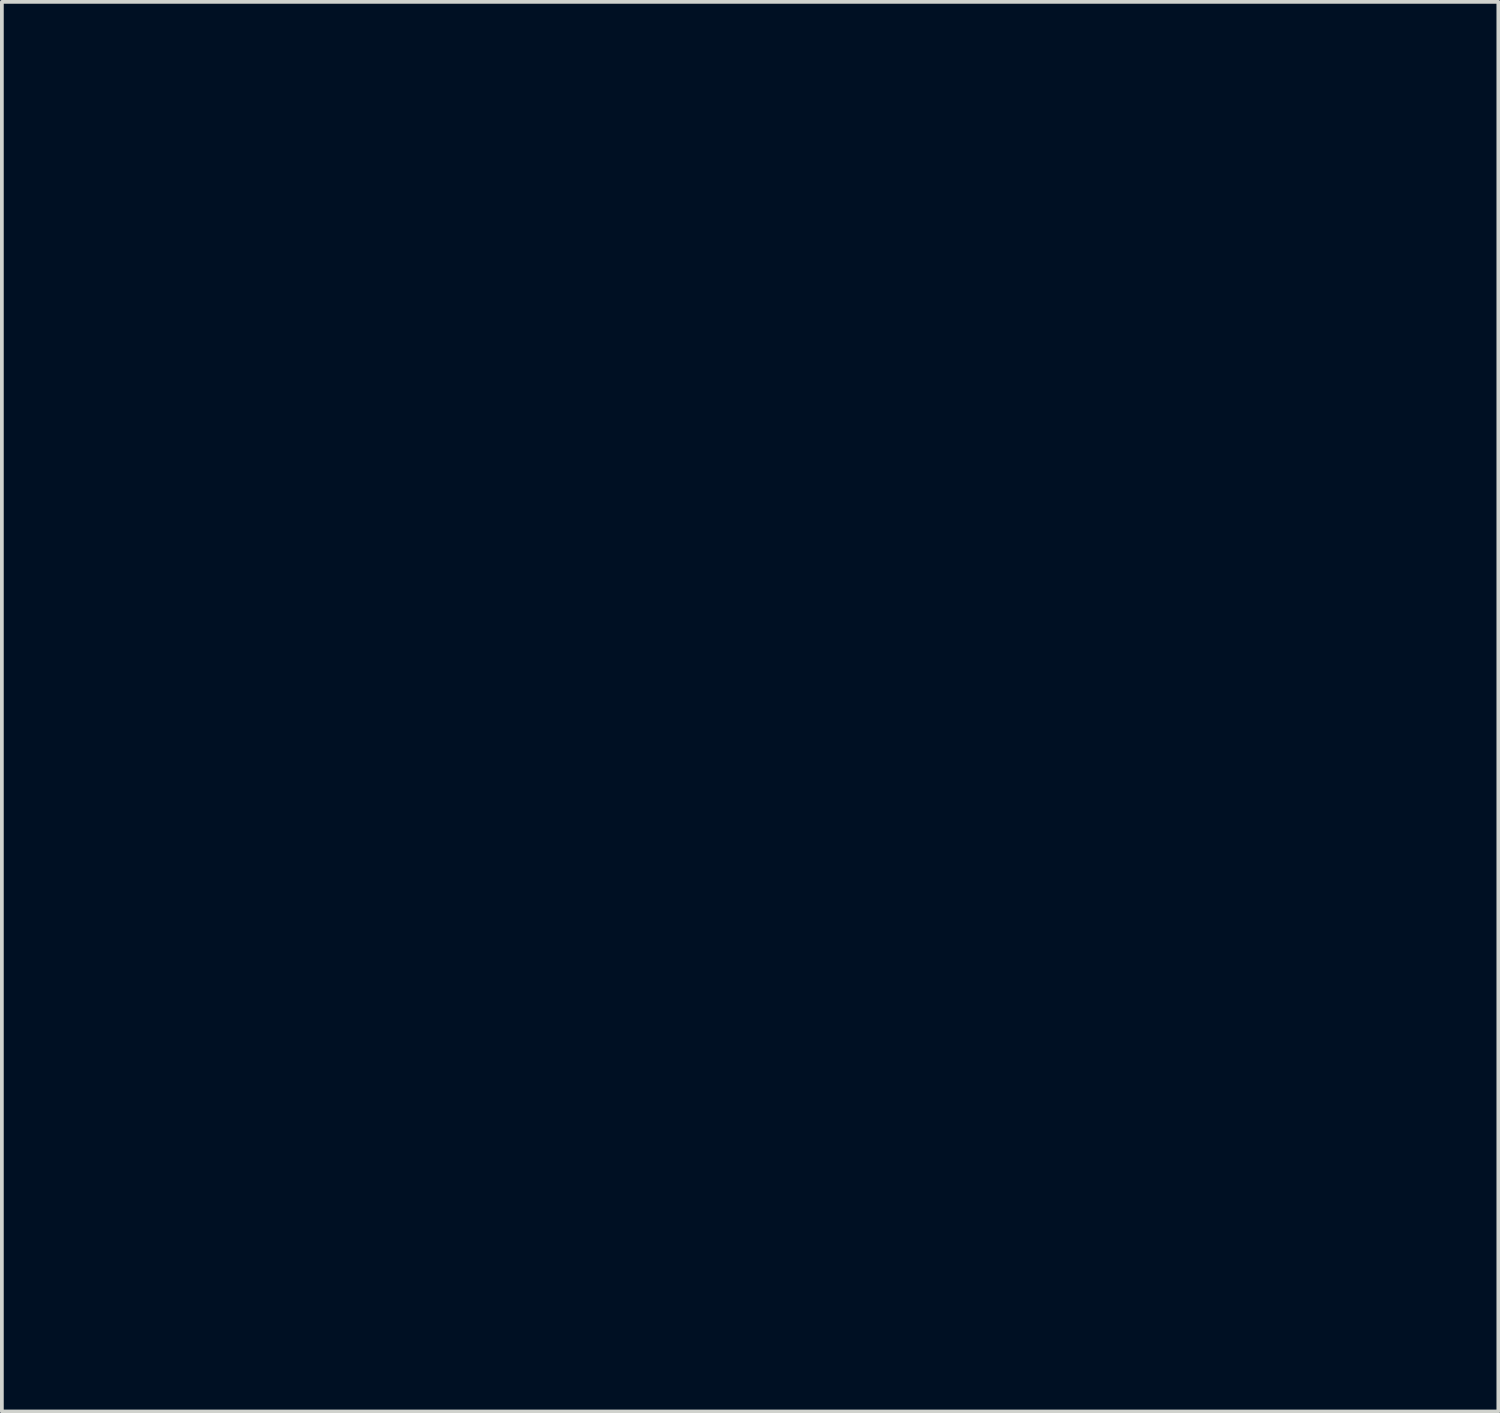
<source format=kicad_pcb>
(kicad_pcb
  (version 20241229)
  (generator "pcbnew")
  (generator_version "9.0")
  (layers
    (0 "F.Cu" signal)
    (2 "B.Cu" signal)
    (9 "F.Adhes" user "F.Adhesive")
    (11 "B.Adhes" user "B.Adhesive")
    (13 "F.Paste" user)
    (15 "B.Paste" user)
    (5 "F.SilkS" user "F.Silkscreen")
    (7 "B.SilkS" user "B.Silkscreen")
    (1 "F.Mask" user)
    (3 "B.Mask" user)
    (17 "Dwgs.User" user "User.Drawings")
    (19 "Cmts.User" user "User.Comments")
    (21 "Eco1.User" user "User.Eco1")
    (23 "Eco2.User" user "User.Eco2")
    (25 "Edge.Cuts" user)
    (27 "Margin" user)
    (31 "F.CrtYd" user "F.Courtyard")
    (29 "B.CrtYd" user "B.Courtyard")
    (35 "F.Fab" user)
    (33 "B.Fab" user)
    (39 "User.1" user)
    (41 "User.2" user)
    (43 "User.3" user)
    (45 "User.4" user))
  (footprint "Gauge_mask"
    (layer "F.Cu")
    (at 16.574 16.169)
    (property "Reference" "Gauge_mask" (at 0 0 0) (layer "F.Mask") (effects (font (size 1.27 1.27) (thickness 0.15))))
    (attr through_hole)
    (fp_line (start -16.524 0.965) (end -16.518 0.258) (stroke (width 0.1) (type solid)) (layer "F.Mask"))
    (fp_line (start -16.518 0.258) (end -16.482 -0.451) (stroke (width 0.1) (type solid)) (layer "F.Mask"))
    (fp_line (start -16.5 1.668) (end -16.524 0.965) (stroke (width 0.1) (type solid)) (layer "F.Mask"))
    (fp_line (start -16.482 -0.451) (end -16.416 -1.162) (stroke (width 0.1) (type solid)) (layer "F.Mask"))
    (fp_line (start -16.446 2.367) (end -16.5 1.668) (stroke (width 0.1) (type solid)) (layer "F.Mask"))
    (fp_line (start -16.416 -1.162) (end -16.318 -1.873) (stroke (width 0.1) (type solid)) (layer "F.Mask"))
    (fp_line (start -16.364 3.061) (end -16.446 2.367) (stroke (width 0.1) (type solid)) (layer "F.Mask"))
    (fp_line (start -16.318 -1.873) (end -16.19 -2.585) (stroke (width 0.1) (type solid)) (layer "F.Mask"))
    (fp_line (start -16.253 3.75) (end -16.364 3.061) (stroke (width 0.1) (type solid)) (layer "F.Mask"))
    (fp_line (start -16.25 3.75) (end -16.2 3.9) (stroke (width 0.15) (type solid)) (layer "F.Mask"))
    (fp_line (start -16.25 3.9) (end -11.05 3.4) (stroke (width 0.15) (type solid)) (layer "F.Mask"))
    (fp_line (start -16.19 -2.585) (end -16.029 -3.295) (stroke (width 0.1) (type solid)) (layer "F.Mask"))
    (fp_line (start -16.029 -3.295) (end -15.839 -3.999) (stroke (width 0.1) (type solid)) (layer "F.Mask"))
    (fp_line (start -15.839 -3.999) (end -15.619 -4.688) (stroke (width 0.1) (type solid)) (layer "F.Mask"))
    (fp_line (start -15.75 5.8) (end -15.95 5.2) (stroke (width 0.15) (type solid)) (layer "F.Mask"))
    (fp_line (start -15.619 -4.688) (end -15.372 -5.363) (stroke (width 0.1) (type solid)) (layer "F.Mask"))
    (fp_line (start -15.529 6.428) (end -15.751 5.771) (stroke (width 0.1) (type solid)) (layer "F.Mask"))
    (fp_line (start -15.372 -5.363) (end -15.098 -6.023) (stroke (width 0.1) (type solid)) (layer "F.Mask"))
    (fp_line (start -15.281 7.074) (end -15.529 6.428) (stroke (width 0.1) (type solid)) (layer "F.Mask"))
    (fp_line (start -15.098 -6.023) (end -14.798 -6.667) (stroke (width 0.1) (type solid)) (layer "F.Mask"))
    (fp_line (start -15.006 7.71) (end -15.281 7.074) (stroke (width 0.1) (type solid)) (layer "F.Mask"))
    (fp_line (start -14.798 -6.667) (end -14.472 -7.295) (stroke (width 0.1) (type solid)) (layer "F.Mask"))
    (fp_line (start -14.705 8.334) (end -15.006 7.71) (stroke (width 0.1) (type solid)) (layer "F.Mask"))
    (fp_line (start -14.472 -7.295) (end -14.121 -7.907) (stroke (width 0.1) (type solid)) (layer "F.Mask"))
    (fp_line (start -14.378 8.946) (end -14.705 8.334) (stroke (width 0.1) (type solid)) (layer "F.Mask"))
    (fp_line (start -14.121 -7.907) (end -13.747 -8.501) (stroke (width 0.1) (type solid)) (layer "F.Mask"))
    (fp_line (start -14.027 9.544) (end -14.378 8.946) (stroke (width 0.1) (type solid)) (layer "F.Mask"))
    (fp_line (start -13.747 -8.501) (end -13.348 -9.077) (stroke (width 0.1) (type solid)) (layer "F.Mask"))
    (fp_line (start -13.65 10.128) (end -14.027 9.544) (stroke (width 0.1) (type solid)) (layer "F.Mask"))
    (fp_line (start -13.348 -9.077) (end -12.928 -9.635) (stroke (width 0.1) (type solid)) (layer "F.Mask"))
    (fp_line (start -13.249 10.697) (end -13.65 10.128) (stroke (width 0.1) (type solid)) (layer "F.Mask"))
    (fp_line (start -12.928 -9.635) (end -12.485 -10.175) (stroke (width 0.1) (type solid)) (layer "F.Mask"))
    (fp_line (start -12.825 11.25) (end -13.249 10.697) (stroke (width 0.1) (type solid)) (layer "F.Mask"))
    (fp_line (start -12.485 -10.175) (end -12.021 -10.694) (stroke (width 0.1) (type solid)) (layer "F.Mask"))
    (fp_line (start -12.376 11.786) (end -12.825 11.25) (stroke (width 0.1) (type solid)) (layer "F.Mask"))
    (fp_line (start -11.904 12.305) (end -12.376 11.786) (stroke (width 0.1) (type solid)) (layer "F.Mask"))
    (fp_line (start -11.7 -11.05) (end -12 -10.7) (stroke (width 0.15) (type solid)) (layer "F.Mask"))
    (fp_line (start -11.7 -11.05) (end -7.1 -8.7) (stroke (width 0.15) (type solid)) (layer "F.Mask"))
    (fp_line (start -11.409 12.805) (end -11.904 12.305) (stroke (width 0.1) (type solid)) (layer "F.Mask"))
    (fp_line (start -11.29 0.936) (end -11.288 0.453) (stroke (width 0.1) (type solid)) (layer "F.Mask"))
    (fp_line (start -11.288 0.453) (end -11.268 -0.031) (stroke (width 0.1) (type solid)) (layer "F.Mask"))
    (fp_line (start -11.273 1.417) (end -11.29 0.936) (stroke (width 0.1) (type solid)) (layer "F.Mask"))
    (fp_line (start -11.268 -0.031) (end -11.229 -0.515) (stroke (width 0.1) (type solid)) (layer "F.Mask"))
    (fp_line (start -11.239 1.896) (end -11.273 1.417) (stroke (width 0.1) (type solid)) (layer "F.Mask"))
    (fp_line (start -11.229 -0.515) (end -11.172 -1) (stroke (width 0.1) (type solid)) (layer "F.Mask"))
    (fp_line (start -11.187 2.372) (end -11.239 1.896) (stroke (width 0.1) (type solid)) (layer "F.Mask"))
    (fp_line (start -11.172 -1) (end -11.096 -1.484) (stroke (width 0.1) (type solid)) (layer "F.Mask"))
    (fp_line (start -11.117 2.845) (end -11.187 2.372) (stroke (width 0.1) (type solid)) (layer "F.Mask"))
    (fp_line (start -11.096 -1.484) (end -11.001 -1.967) (stroke (width 0.1) (type solid)) (layer "F.Mask"))
    (fp_line (start -11.05 3.3) (end -11.05 3.4) (stroke (width 0.15) (type solid)) (layer "F.Mask"))
    (fp_line (start -11.03 3.314) (end -11.117 2.845) (stroke (width 0.1) (type solid)) (layer "F.Mask"))
    (fp_line (start -11.001 -1.967) (end -10.886 -2.448) (stroke (width 0.1) (type solid)) (layer "F.Mask"))
    (fp_line (start -10.892 13.286) (end -11.409 12.805) (stroke (width 0.1) (type solid)) (layer "F.Mask"))
    (fp_line (start -10.886 -2.448) (end -10.752 -2.928) (stroke (width 0.1) (type solid)) (layer "F.Mask"))
    (fp_line (start -10.752 -2.928) (end -10.6 -3.401) (stroke (width 0.1) (type solid)) (layer "F.Mask"))
    (fp_line (start -10.6 4.75) (end -16 5.2) (stroke (width 0.15) (type solid)) (layer "F.Mask"))
    (fp_line (start -10.6 -3.401) (end -10.431 -3.865) (stroke (width 0.1) (type solid)) (layer "F.Mask"))
    (fp_line (start -10.51 -12.13) (end -9.969 -12.566) (stroke (width 0.1) (type solid)) (layer "F.Mask"))
    (fp_line (start -10.5 -12.15) (end -10.9 -11.8) (stroke (width 0.15) (type solid)) (layer "F.Mask"))
    (fp_line (start -10.5 5.1) (end -10.6 4.75) (stroke (width 0.15) (type solid)) (layer "F.Mask"))
    (fp_line (start -10.431 -3.865) (end -10.245 -4.318) (stroke (width 0.1) (type solid)) (layer "F.Mask"))
    (fp_line (start -10.353 13.747) (end -10.892 13.286) (stroke (width 0.1) (type solid)) (layer "F.Mask"))
    (fp_line (start -10.337 5.584) (end -10.509 5.142) (stroke (width 0.1) (type solid)) (layer "F.Mask"))
    (fp_line (start -10.245 -4.318) (end -10.042 -4.761) (stroke (width 0.1) (type solid)) (layer "F.Mask"))
    (fp_line (start -10.148 6.018) (end -10.337 5.584) (stroke (width 0.1) (type solid)) (layer "F.Mask"))
    (fp_line (start -10.042 -4.761) (end -9.824 -5.193) (stroke (width 0.1) (type solid)) (layer "F.Mask"))
    (fp_line (start -9.969 -12.566) (end -9.41 -12.98) (stroke (width 0.1) (type solid)) (layer "F.Mask"))
    (fp_line (start -9.943 6.446) (end -10.148 6.018) (stroke (width 0.1) (type solid)) (layer "F.Mask"))
    (fp_line (start -9.824 -5.193) (end -9.591 -5.613) (stroke (width 0.1) (type solid)) (layer "F.Mask"))
    (fp_line (start -9.792 14.187) (end -10.353 13.747) (stroke (width 0.1) (type solid)) (layer "F.Mask"))
    (fp_line (start -9.723 6.865) (end -9.943 6.446) (stroke (width 0.1) (type solid)) (layer "F.Mask"))
    (fp_line (start -9.591 -5.613) (end -9.343 -6.023) (stroke (width 0.1) (type solid)) (layer "F.Mask"))
    (fp_line (start -9.486 7.276) (end -9.723 6.865) (stroke (width 0.1) (type solid)) (layer "F.Mask"))
    (fp_line (start -9.41 -12.98) (end -8.835 -13.37) (stroke (width 0.1) (type solid)) (layer "F.Mask"))
    (fp_line (start -9.343 -6.023) (end -9.08 -6.42) (stroke (width 0.1) (type solid)) (layer "F.Mask"))
    (fp_line (start -9.233 7.677) (end -9.486 7.276) (stroke (width 0.1) (type solid)) (layer "F.Mask"))
    (fp_line (start -9.209 14.606) (end -9.792 14.187) (stroke (width 0.1) (type solid)) (layer "F.Mask"))
    (fp_line (start -9.08 -6.42) (end -8.804 -6.805) (stroke (width 0.1) (type solid)) (layer "F.Mask"))
    (fp_line (start -8.965 8.069) (end -9.233 7.677) (stroke (width 0.1) (type solid)) (layer "F.Mask"))
    (fp_line (start -8.835 -13.37) (end -8.244 -13.738) (stroke (width 0.1) (type solid)) (layer "F.Mask"))
    (fp_line (start -8.804 -6.805) (end -8.514 -7.178) (stroke (width 0.1) (type solid)) (layer "F.Mask"))
    (fp_line (start -8.682 8.45) (end -8.965 8.069) (stroke (width 0.1) (type solid)) (layer "F.Mask"))
    (fp_line (start -8.606 15.002) (end -9.209 14.606) (stroke (width 0.1) (type solid)) (layer "F.Mask"))
    (fp_line (start -8.514 -7.178) (end -8.21 -7.538) (stroke (width 0.1) (type solid)) (layer "F.Mask"))
    (fp_line (start -8.383 8.821) (end -8.682 8.45) (stroke (width 0.1) (type solid)) (layer "F.Mask"))
    (fp_line (start -8.244 -13.738) (end -7.637 -14.081) (stroke (width 0.1) (type solid)) (layer "F.Mask"))
    (fp_line (start -8.21 -7.538) (end -7.894 -7.884) (stroke (width 0.1) (type solid)) (layer "F.Mask"))
    (fp_line (start -8.07 9.18) (end -8.383 8.821) (stroke (width 0.1) (type solid)) (layer "F.Mask"))
    (fp_line (start -7.982 15.374) (end -8.606 15.002) (stroke (width 0.1) (type solid)) (layer "F.Mask"))
    (fp_line (start -7.894 -7.884) (end -7.566 -8.217) (stroke (width 0.1) (type solid)) (layer "F.Mask"))
    (fp_line (start -7.741 9.528) (end -8.07 9.18) (stroke (width 0.1) (type solid)) (layer "F.Mask"))
    (fp_line (start -7.71 15.518) (end -7.982 15.374) (stroke (width 0.1) (type solid)) (layer "F.Mask"))
    (fp_line (start -7.637 -14.081) (end -7.016 -14.399) (stroke (width 0.1) (type solid)) (layer "F.Mask"))
    (fp_line (start -7.566 -8.217) (end -7.226 -8.536) (stroke (width 0.1) (type solid)) (layer "F.Mask"))
    (fp_line (start -7.398 9.863) (end -7.741 9.528) (stroke (width 0.1) (type solid)) (layer "F.Mask"))
    (fp_line (start -7.372 15.468) (end -7.71 15.518) (stroke (width 0.1) (type solid)) (layer "F.Mask"))
    (fp_line (start -7.2 -8.55) (end -7.1 -8.65) (stroke (width 0.15) (type solid)) (layer "F.Mask"))
    (fp_line (start -7.044 15.404) (end -7.372 15.468) (stroke (width 0.1) (type solid)) (layer "F.Mask"))
    (fp_line (start -7.04 10.185) (end -7.398 9.863) (stroke (width 0.1) (type solid)) (layer "F.Mask"))
    (fp_line (start -7.016 -14.399) (end -6.38 -14.693) (stroke (width 0.1) (type solid)) (layer "F.Mask"))
    (fp_line (start -6.729 15.327) (end -7.044 15.404) (stroke (width 0.1) (type solid)) (layer "F.Mask"))
    (fp_line (start -6.668 10.494) (end -7.04 10.185) (stroke (width 0.1) (type solid)) (layer "F.Mask"))
    (fp_line (start -6.427 15.237) (end -6.729 15.327) (stroke (width 0.1) (type solid)) (layer "F.Mask"))
    (fp_line (start -6.38 -14.693) (end -5.732 -14.96) (stroke (width 0.1) (type solid)) (layer "F.Mask"))
    (fp_line (start -6.352 10.765) (end -6.058 10.873) (stroke (width 0.1) (type solid)) (layer "F.Mask"))
    (fp_line (start -6.35 -9.25) (end -10.9 -11.8) (stroke (width 0.15) (type solid)) (layer "F.Mask"))
    (fp_line (start -6.35 -9.25) (end -6.2 -9.35) (stroke (width 0.15) (type solid)) (layer "F.Mask"))
    (fp_line (start -6.282 10.789) (end -6.668 10.494) (stroke (width 0.1) (type solid)) (layer "F.Mask"))
    (fp_line (start -6.139 -9.407) (end -5.756 -9.667) (stroke (width 0.1) (type solid)) (layer "F.Mask"))
    (fp_line (start -6.139 15.136) (end -6.427 15.237) (stroke (width 0.1) (type solid)) (layer "F.Mask"))
    (fp_line (start -6.058 10.873) (end -5.783 10.991) (stroke (width 0.1) (type solid)) (layer "F.Mask"))
    (fp_line (start -5.866 15.023) (end -6.139 15.136) (stroke (width 0.1) (type solid)) (layer "F.Mask"))
    (fp_line (start -5.783 10.991) (end -5.527 11.121) (stroke (width 0.1) (type solid)) (layer "F.Mask"))
    (fp_line (start -5.756 -9.667) (end -5.364 -9.912) (stroke (width 0.1) (type solid)) (layer "F.Mask"))
    (fp_line (start -5.732 -14.96) (end -5.072 -15.202) (stroke (width 0.1) (type solid)) (layer "F.Mask"))
    (fp_line (start -5.609 14.899) (end -5.866 15.023) (stroke (width 0.1) (type solid)) (layer "F.Mask"))
    (fp_line (start -5.527 11.121) (end -5.29 11.259) (stroke (width 0.1) (type solid)) (layer "F.Mask"))
    (fp_line (start -5.369 14.766) (end -5.609 14.899) (stroke (width 0.1) (type solid)) (layer "F.Mask"))
    (fp_line (start -5.364 -9.912) (end -4.962 -10.141) (stroke (width 0.1) (type solid)) (layer "F.Mask"))
    (fp_line (start -5.29 11.259) (end -5.073 11.407) (stroke (width 0.1) (type solid)) (layer "F.Mask"))
    (fp_line (start -5.147 14.622) (end -5.369 14.766) (stroke (width 0.1) (type solid)) (layer "F.Mask"))
    (fp_line (start -5.073 11.407) (end -4.877 11.562) (stroke (width 0.1) (type solid)) (layer "F.Mask"))
    (fp_line (start -5.072 -15.202) (end -4.399 -15.416) (stroke (width 0.1) (type solid)) (layer "F.Mask"))
    (fp_line (start -4.962 -10.141) (end -4.551 -10.353) (stroke (width 0.1) (type solid)) (layer "F.Mask"))
    (fp_line (start -4.944 14.47) (end -5.147 14.622) (stroke (width 0.1) (type solid)) (layer "F.Mask"))
    (fp_line (start -4.877 11.562) (end -4.702 11.725) (stroke (width 0.1) (type solid)) (layer "F.Mask"))
    (fp_line (start -4.761 14.31) (end -4.944 14.47) (stroke (width 0.1) (type solid)) (layer "F.Mask"))
    (fp_line (start -4.702 11.725) (end -4.549 11.895) (stroke (width 0.1) (type solid)) (layer "F.Mask"))
    (fp_line (start -4.599 14.141) (end -4.761 14.31) (stroke (width 0.1) (type solid)) (layer "F.Mask"))
    (fp_line (start -4.551 -10.353) (end -4.132 -10.549) (stroke (width 0.1) (type solid)) (layer "F.Mask"))
    (fp_line (start -4.549 11.895) (end -4.418 12.07) (stroke (width 0.1) (type solid)) (layer "F.Mask"))
    (fp_line (start -4.458 13.966) (end -4.599 14.141) (stroke (width 0.1) (type solid)) (layer "F.Mask"))
    (fp_line (start -4.418 12.07) (end -4.31 12.251) (stroke (width 0.1) (type solid)) (layer "F.Mask"))
    (fp_line (start -4.399 -15.416) (end -3.716 -15.604) (stroke (width 0.1) (type solid)) (layer "F.Mask"))
    (fp_line (start -4.341 13.783) (end -4.458 13.966) (stroke (width 0.1) (type solid)) (layer "F.Mask"))
    (fp_line (start -4.31 12.251) (end -4.225 12.436) (stroke (width 0.1) (type solid)) (layer "F.Mask"))
    (fp_line (start -4.247 13.595) (end -4.341 13.783) (stroke (width 0.1) (type solid)) (layer "F.Mask"))
    (fp_line (start -4.225 12.436) (end -4.165 12.624) (stroke (width 0.1) (type solid)) (layer "F.Mask"))
    (fp_line (start -4.178 13.401) (end -4.247 13.595) (stroke (width 0.1) (type solid)) (layer "F.Mask"))
    (fp_line (start -4.165 12.624) (end -4.13 12.816) (stroke (width 0.1) (type solid)) (layer "F.Mask"))
    (fp_line (start -4.136 13.205) (end -4.178 13.401) (stroke (width 0.1) (type solid)) (layer "F.Mask"))
    (fp_line (start -4.132 -10.549) (end -3.705 -10.728) (stroke (width 0.1) (type solid)) (layer "F.Mask"))
    (fp_line (start -4.13 12.816) (end -4.12 13.01) (stroke (width 0.1) (type solid)) (layer "F.Mask"))
    (fp_line (start -4.12 13.01) (end -4.136 13.205) (stroke (width 0.1) (type solid)) (layer "F.Mask"))
    (fp_line (start -3.716 -15.604) (end -3.023 -15.763) (stroke (width 0.1) (type solid)) (layer "F.Mask"))
    (fp_line (start -3.705 -10.728) (end -3.271 -10.89) (stroke (width 0.1) (type solid)) (layer "F.Mask"))
    (fp_line (start -3.271 -10.89) (end -2.83 -11.034) (stroke (width 0.1) (type solid)) (layer "F.Mask"))
    (fp_line (start -3.023 -15.763) (end -2.32 -15.893) (stroke (width 0.1) (type solid)) (layer "F.Mask"))
    (fp_line (start -2.83 -11.034) (end -2.382 -11.161) (stroke (width 0.1) (type solid)) (layer "F.Mask"))
    (fp_line (start -2.382 -11.161) (end -1.928 -11.269) (stroke (width 0.1) (type solid)) (layer "F.Mask"))
    (fp_line (start -2.32 -15.893) (end -1.608 -15.995) (stroke (width 0.1) (type solid)) (layer "F.Mask"))
    (fp_line (start -1.928 -11.269) (end -1.468 -11.358) (stroke (width 0.1) (type solid)) (layer "F.Mask"))
    (fp_line (start -1.608 -15.995) (end -0.889 -16.066) (stroke (width 0.1) (type solid)) (layer "F.Mask"))
    (fp_line (start -1.468 -11.358) (end -1.003 -11.429) (stroke (width 0.1) (type solid)) (layer "F.Mask"))
    (fp_line (start -1.003 -11.429) (end -0.533 -11.48) (stroke (width 0.1) (type solid)) (layer "F.Mask"))
    (fp_line (start -0.889 -16.066) (end -0.162 -16.108) (stroke (width 0.1) (type solid)) (layer "F.Mask"))
    (fp_line (start -0.533 -11.48) (end -0.059 -11.512) (stroke (width 0.1) (type solid)) (layer "F.Mask"))
    (fp_line (start -0.162 -16.108) (end 0.571 -16.119) (stroke (width 0.1) (type solid)) (layer "F.Mask"))
    (fp_line (start -0.059 -11.512) (end 0.419 -11.523) (stroke (width 0.1) (type solid)) (layer "F.Mask"))
    (fp_line (start 0.419 -11.523) (end 0.897 -11.515) (stroke (width 0.1) (type solid)) (layer "F.Mask"))
    (fp_line (start 0.571 -16.119) (end 1.305 -16.098) (stroke (width 0.1) (type solid)) (layer "F.Mask"))
    (fp_line (start 0.897 -11.515) (end 1.372 -11.486) (stroke (width 0.1) (type solid)) (layer "F.Mask"))
    (fp_line (start 1.305 -16.098) (end 2.031 -16.047) (stroke (width 0.1) (type solid)) (layer "F.Mask"))
    (fp_line (start 1.372 -11.486) (end 1.842 -11.438) (stroke (width 0.1) (type solid)) (layer "F.Mask"))
    (fp_line (start 1.842 -11.438) (end 2.307 -11.371) (stroke (width 0.1) (type solid)) (layer "F.Mask"))
    (fp_line (start 2.031 -16.047) (end 2.749 -15.966) (stroke (width 0.1) (type solid)) (layer "F.Mask"))
    (fp_line (start 2.307 -11.371) (end 2.767 -11.285) (stroke (width 0.1) (type solid)) (layer "F.Mask"))
    (fp_line (start 2.749 -15.966) (end 3.459 -15.855) (stroke (width 0.1) (type solid)) (layer "F.Mask"))
    (fp_line (start 2.767 -11.285) (end 3.222 -11.18) (stroke (width 0.1) (type solid)) (layer "F.Mask"))
    (fp_line (start 3.222 -11.18) (end 3.671 -11.057) (stroke (width 0.1) (type solid)) (layer "F.Mask"))
    (fp_line (start 3.459 -15.855) (end 4.16 -15.715) (stroke (width 0.1) (type solid)) (layer "F.Mask"))
    (fp_line (start 3.671 -11.057) (end 4.113 -10.916) (stroke (width 0.1) (type solid)) (layer "F.Mask"))
    (fp_line (start 4.113 -10.916) (end 4.548 -10.757) (stroke (width 0.1) (type solid)) (layer "F.Mask"))
    (fp_line (start 4.16 -15.715) (end 4.852 -15.547) (stroke (width 0.1) (type solid)) (layer "F.Mask"))
    (fp_line (start 4.548 -10.757) (end 4.976 -10.581) (stroke (width 0.1) (type solid)) (layer "F.Mask"))
    (fp_line (start 4.852 -15.547) (end 5.532 -15.35) (stroke (width 0.1) (type solid)) (layer "F.Mask"))
    (fp_line (start 4.976 -10.581) (end 5.396 -10.388) (stroke (width 0.1) (type solid)) (layer "F.Mask"))
    (fp_line (start 5.154 12.949) (end 5.173 13.143) (stroke (width 0.1) (type solid)) (layer "F.Mask"))
    (fp_line (start 5.16 12.756) (end 5.154 12.949) (stroke (width 0.1) (type solid)) (layer "F.Mask"))
    (fp_line (start 5.173 13.143) (end 5.218 13.337) (stroke (width 0.1) (type solid)) (layer "F.Mask"))
    (fp_line (start 5.191 12.566) (end 5.16 12.756) (stroke (width 0.1) (type solid)) (layer "F.Mask"))
    (fp_line (start 5.218 13.337) (end 5.29 13.529) (stroke (width 0.1) (type solid)) (layer "F.Mask"))
    (fp_line (start 5.247 12.378) (end 5.191 12.566) (stroke (width 0.1) (type solid)) (layer "F.Mask"))
    (fp_line (start 5.29 13.529) (end 5.385 13.715) (stroke (width 0.1) (type solid)) (layer "F.Mask"))
    (fp_line (start 5.327 12.194) (end 5.247 12.378) (stroke (width 0.1) (type solid)) (layer "F.Mask"))
    (fp_line (start 5.385 13.715) (end 5.504 13.896) (stroke (width 0.1) (type solid)) (layer "F.Mask"))
    (fp_line (start 5.396 -10.388) (end 5.808 -10.178) (stroke (width 0.1) (type solid)) (layer "F.Mask"))
    (fp_line (start 5.43 12.014) (end 5.327 12.194) (stroke (width 0.1) (type solid)) (layer "F.Mask"))
    (fp_line (start 5.504 13.896) (end 5.645 14.07) (stroke (width 0.1) (type solid)) (layer "F.Mask"))
    (fp_line (start 5.532 -15.35) (end 6.202 -15.127) (stroke (width 0.1) (type solid)) (layer "F.Mask"))
    (fp_line (start 5.556 11.839) (end 5.43 12.014) (stroke (width 0.1) (type solid)) (layer "F.Mask"))
    (fp_line (start 5.645 14.07) (end 5.808 14.236) (stroke (width 0.1) (type solid)) (layer "F.Mask"))
    (fp_line (start 5.705 11.67) (end 5.556 11.839) (stroke (width 0.1) (type solid)) (layer "F.Mask"))
    (fp_line (start 5.808 14.236) (end 5.992 14.395) (stroke (width 0.1) (type solid)) (layer "F.Mask"))
    (fp_line (start 5.808 -10.178) (end 6.212 -9.952) (stroke (width 0.1) (type solid)) (layer "F.Mask"))
    (fp_line (start 5.874 11.507) (end 5.705 11.67) (stroke (width 0.1) (type solid)) (layer "F.Mask"))
    (fp_line (start 5.992 14.395) (end 6.195 14.545) (stroke (width 0.1) (type solid)) (layer "F.Mask"))
    (fp_line (start 6.065 11.351) (end 5.874 11.507) (stroke (width 0.1) (type solid)) (layer "F.Mask"))
    (fp_line (start 6.195 14.545) (end 6.416 14.687) (stroke (width 0.1) (type solid)) (layer "F.Mask"))
    (fp_line (start 6.202 -15.127) (end 6.859 -14.877) (stroke (width 0.1) (type solid)) (layer "F.Mask"))
    (fp_line (start 6.212 -9.952) (end 6.606 -9.71) (stroke (width 0.1) (type solid)) (layer "F.Mask"))
    (fp_line (start 6.277 11.202) (end 6.065 11.351) (stroke (width 0.1) (type solid)) (layer "F.Mask"))
    (fp_line (start 6.416 14.687) (end 6.655 14.819) (stroke (width 0.1) (type solid)) (layer "F.Mask"))
    (fp_line (start 6.508 11.063) (end 6.277 11.202) (stroke (width 0.1) (type solid)) (layer "F.Mask"))
    (fp_line (start 6.606 -9.71) (end 6.991 -9.452) (stroke (width 0.1) (type solid)) (layer "F.Mask"))
    (fp_line (start 6.655 14.819) (end 6.911 14.941) (stroke (width 0.1) (type solid)) (layer "F.Mask"))
    (fp_line (start 6.758 10.932) (end 6.508 11.063) (stroke (width 0.1) (type solid)) (layer "F.Mask"))
    (fp_line (start 6.859 -14.877) (end 7.504 -14.601) (stroke (width 0.1) (type solid)) (layer "F.Mask"))
    (fp_line (start 6.911 14.941) (end 7.183 15.053) (stroke (width 0.1) (type solid)) (layer "F.Mask"))
    (fp_line (start 6.991 -9.452) (end 7.365 -9.18) (stroke (width 0.1) (type solid)) (layer "F.Mask"))
    (fp_line (start 7.028 10.812) (end 6.758 10.932) (stroke (width 0.1) (type solid)) (layer "F.Mask"))
    (fp_line (start 7.183 15.053) (end 7.469 15.153) (stroke (width 0.1) (type solid)) (layer "F.Mask"))
    (fp_line (start 7.316 10.702) (end 7.028 10.812) (stroke (width 0.1) (type solid)) (layer "F.Mask"))
    (fp_line (start 7.469 15.153) (end 7.769 15.242) (stroke (width 0.1) (type solid)) (layer "F.Mask"))
    (fp_line (start 7.504 -14.601) (end 8.135 -14.299) (stroke (width 0.1) (type solid)) (layer "F.Mask"))
    (fp_line (start 7.646 10.444) (end 7.262 10.742) (stroke (width 0.1) (type solid)) (layer "F.Mask"))
    (fp_line (start 7.769 15.242) (end 8.082 15.318) (stroke (width 0.1) (type solid)) (layer "F.Mask"))
    (fp_line (start 7.9 -8.7) (end 12.7 -11.05) (stroke (width 0.15) (type solid)) (layer "F.Mask"))
    (fp_line (start 8.016 10.133) (end 7.646 10.444) (stroke (width 0.1) (type solid)) (layer "F.Mask"))
    (fp_line (start 8.082 15.318) (end 8.407 15.382) (stroke (width 0.1) (type solid)) (layer "F.Mask"))
    (fp_line (start 8.083 -8.589) (end 8.425 -8.273) (stroke (width 0.1) (type solid)) (layer "F.Mask"))
    (fp_line (start 8.1 -8.6) (end 7.95 -8.7) (stroke (width 0.15) (type solid)) (layer "F.Mask"))
    (fp_line (start 8.135 -14.299) (end 8.752 -13.972) (stroke (width 0.1) (type solid)) (layer "F.Mask"))
    (fp_line (start 8.372 9.808) (end 8.016 10.133) (stroke (width 0.1) (type solid)) (layer "F.Mask"))
    (fp_line (start 8.407 15.382) (end 8.743 15.432) (stroke (width 0.1) (type solid)) (layer "F.Mask"))
    (fp_line (start 8.425 -8.273) (end 8.755 -7.942) (stroke (width 0.1) (type solid)) (layer "F.Mask"))
    (fp_line (start 8.713 9.471) (end 8.372 9.808) (stroke (width 0.1) (type solid)) (layer "F.Mask"))
    (fp_line (start 8.752 -13.972) (end 9.354 -13.621) (stroke (width 0.1) (type solid)) (layer "F.Mask"))
    (fp_line (start 8.755 -7.942) (end 9.074 -7.597) (stroke (width 0.1) (type solid)) (layer "F.Mask"))
    (fp_line (start 8.976 15.351) (end 8.743 15.432) (stroke (width 0.1) (type solid)) (layer "F.Mask"))
    (fp_line (start 9.039 9.121) (end 8.713 9.471) (stroke (width 0.1) (type solid)) (layer "F.Mask"))
    (fp_line (start 9.074 -7.597) (end 9.379 -7.24) (stroke (width 0.1) (type solid)) (layer "F.Mask"))
    (fp_line (start 9.329 15.121) (end 8.976 15.351) (stroke (width 0.1) (type solid)) (layer "F.Mask"))
    (fp_line (start 9.35 8.76) (end 9.039 9.121) (stroke (width 0.1) (type solid)) (layer "F.Mask"))
    (fp_line (start 9.354 -13.621) (end 9.94 -13.246) (stroke (width 0.1) (type solid)) (layer "F.Mask"))
    (fp_line (start 9.379 -7.24) (end 9.672 -6.869) (stroke (width 0.1) (type solid)) (layer "F.Mask"))
    (fp_line (start 9.647 8.387) (end 9.35 8.76) (stroke (width 0.1) (type solid)) (layer "F.Mask"))
    (fp_line (start 9.672 -6.869) (end 9.951 -6.486) (stroke (width 0.1) (type solid)) (layer "F.Mask"))
    (fp_line (start 9.928 8.003) (end 9.647 8.387) (stroke (width 0.1) (type solid)) (layer "F.Mask"))
    (fp_line (start 9.938 14.733) (end 9.329 15.121) (stroke (width 0.1) (type solid)) (layer "F.Mask"))
    (fp_line (start 9.94 -13.246) (end 10.51 -12.847) (stroke (width 0.1) (type solid)) (layer "F.Mask"))
    (fp_line (start 9.951 -6.486) (end 10.216 -6.09) (stroke (width 0.1) (type solid)) (layer "F.Mask"))
    (fp_line (start 10.193 7.61) (end 9.928 8.003) (stroke (width 0.1) (type solid)) (layer "F.Mask"))
    (fp_line (start 10.216 -6.09) (end 10.467 -5.683) (stroke (width 0.1) (type solid)) (layer "F.Mask"))
    (fp_line (start 10.443 7.207) (end 10.193 7.61) (stroke (width 0.1) (type solid)) (layer "F.Mask"))
    (fp_line (start 10.467 -5.683) (end 10.702 -5.264) (stroke (width 0.1) (type solid)) (layer "F.Mask"))
    (fp_line (start 10.51 -12.847) (end 11.063 -12.426) (stroke (width 0.1) (type solid)) (layer "F.Mask"))
    (fp_line (start 10.526 14.322) (end 9.938 14.733) (stroke (width 0.1) (type solid)) (layer "F.Mask"))
    (fp_line (start 10.677 6.794) (end 10.443 7.207) (stroke (width 0.1) (type solid)) (layer "F.Mask"))
    (fp_line (start 10.702 -5.264) (end 10.923 -4.833) (stroke (width 0.1) (type solid)) (layer "F.Mask"))
    (fp_line (start 10.895 6.374) (end 10.677 6.794) (stroke (width 0.1) (type solid)) (layer "F.Mask"))
    (fp_line (start 10.923 -4.833) (end 11.128 -4.392) (stroke (width 0.1) (type solid)) (layer "F.Mask"))
    (fp_line (start 11.063 -12.426) (end 11.598 -11.983) (stroke (width 0.1) (type solid)) (layer "F.Mask"))
    (fp_line (start 11.093 13.89) (end 10.526 14.322) (stroke (width 0.1) (type solid)) (layer "F.Mask"))
    (fp_line (start 11.097 5.945) (end 10.895 6.374) (stroke (width 0.1) (type solid)) (layer "F.Mask"))
    (fp_line (start 11.128 -4.392) (end 11.317 -3.94) (stroke (width 0.1) (type solid)) (layer "F.Mask"))
    (fp_line (start 11.283 5.509) (end 11.097 5.945) (stroke (width 0.1) (type solid)) (layer "F.Mask"))
    (fp_line (start 11.317 -3.94) (end 11.489 -3.478) (stroke (width 0.1) (type solid)) (layer "F.Mask"))
    (fp_line (start 11.45 5.05) (end 11.55 4.8) (stroke (width 0.15) (type solid)) (layer "F.Mask"))
    (fp_line (start 11.452 5.066) (end 11.283 5.509) (stroke (width 0.1) (type solid)) (layer "F.Mask"))
    (fp_line (start 11.489 -3.478) (end 11.645 -3.005) (stroke (width 0.1) (type solid)) (layer "F.Mask"))
    (fp_line (start 11.55 4.8) (end 16.85 5.15) (stroke (width 0.15) (type solid)) (layer "F.Mask"))
    (fp_line (start 11.6 -12) (end 11.8 -11.8) (stroke (width 0.15) (type solid)) (layer "F.Mask"))
    (fp_line (start 11.638 13.436) (end 11.093 13.89) (stroke (width 0.1) (type solid)) (layer "F.Mask"))
    (fp_line (start 11.645 -3.005) (end 11.782 -2.527) (stroke (width 0.1) (type solid)) (layer "F.Mask"))
    (fp_line (start 11.782 -2.527) (end 11.899 -2.046) (stroke (width 0.1) (type solid)) (layer "F.Mask"))
    (fp_line (start 11.8 -11.8) (end 7.3 -9.2) (stroke (width 0.15) (type solid)) (layer "F.Mask"))
    (fp_line (start 11.899 -2.046) (end 11.997 -1.564) (stroke (width 0.1) (type solid)) (layer "F.Mask"))
    (fp_line (start 11.9 3.55) (end 17.1 3.9) (stroke (width 0.15) (type solid)) (layer "F.Mask"))
    (fp_line (start 11.95 3.2) (end 11.9 3.55) (stroke (width 0.15) (type solid)) (layer "F.Mask"))
    (fp_line (start 11.997 -1.564) (end 12.077 -1.08) (stroke (width 0.1) (type solid)) (layer "F.Mask"))
    (fp_line (start 12.046 2.765) (end 11.962 3.235) (stroke (width 0.1) (type solid)) (layer "F.Mask"))
    (fp_line (start 12.077 -1.08) (end 12.137 -0.596) (stroke (width 0.1) (type solid)) (layer "F.Mask"))
    (fp_line (start 12.113 2.292) (end 12.046 2.765) (stroke (width 0.1) (type solid)) (layer "F.Mask"))
    (fp_line (start 12.137 -0.596) (end 12.179 -0.112) (stroke (width 0.1) (type solid)) (layer "F.Mask"))
    (fp_line (start 12.162 1.815) (end 12.113 2.292) (stroke (width 0.1) (type solid)) (layer "F.Mask"))
    (fp_line (start 12.162 12.962) (end 11.638 13.436) (stroke (width 0.1) (type solid)) (layer "F.Mask"))
    (fp_line (start 12.179 -0.112) (end 12.202 0.372) (stroke (width 0.1) (type solid)) (layer "F.Mask"))
    (fp_line (start 12.193 1.336) (end 12.162 1.815) (stroke (width 0.1) (type solid)) (layer "F.Mask"))
    (fp_line (start 12.202 0.372) (end 12.207 0.855) (stroke (width 0.1) (type solid)) (layer "F.Mask"))
    (fp_line (start 12.207 0.855) (end 12.193 1.336) (stroke (width 0.1) (type solid)) (layer "F.Mask"))
    (fp_line (start 12.613 -11.033) (end 13.09 -10.527) (stroke (width 0.1) (type solid)) (layer "F.Mask"))
    (fp_line (start 12.663 12.468) (end 12.162 12.962) (stroke (width 0.1) (type solid)) (layer "F.Mask"))
    (fp_line (start 13.09 -10.527) (end 13.547 -10.002) (stroke (width 0.1) (type solid)) (layer "F.Mask"))
    (fp_line (start 13.142 11.956) (end 12.663 12.468) (stroke (width 0.1) (type solid)) (layer "F.Mask"))
    (fp_line (start 13.547 -10.002) (end 13.982 -9.457) (stroke (width 0.1) (type solid)) (layer "F.Mask"))
    (fp_line (start 13.598 11.425) (end 13.142 11.956) (stroke (width 0.1) (type solid)) (layer "F.Mask"))
    (fp_line (start 13.982 -9.457) (end 14.395 -8.893) (stroke (width 0.1) (type solid)) (layer "F.Mask"))
    (fp_line (start 14.03 10.878) (end 13.598 11.425) (stroke (width 0.1) (type solid)) (layer "F.Mask"))
    (fp_line (start 14.395 -8.893) (end 14.786 -8.311) (stroke (width 0.1) (type solid)) (layer "F.Mask"))
    (fp_line (start 14.439 10.314) (end 14.03 10.878) (stroke (width 0.1) (type solid)) (layer "F.Mask"))
    (fp_line (start 14.786 -8.311) (end 15.152 -7.712) (stroke (width 0.1) (type solid)) (layer "F.Mask"))
    (fp_line (start 14.823 9.735) (end 14.439 10.314) (stroke (width 0.1) (type solid)) (layer "F.Mask"))
    (fp_line (start 15.152 -7.712) (end 15.495 -7.096) (stroke (width 0.1) (type solid)) (layer "F.Mask"))
    (fp_line (start 15.183 9.142) (end 14.823 9.735) (stroke (width 0.1) (type solid)) (layer "F.Mask"))
    (fp_line (start 15.495 -7.096) (end 15.812 -6.464) (stroke (width 0.1) (type solid)) (layer "F.Mask"))
    (fp_line (start 15.517 8.535) (end 15.183 9.142) (stroke (width 0.1) (type solid)) (layer "F.Mask"))
    (fp_line (start 15.812 -6.464) (end 16.104 -5.815) (stroke (width 0.1) (type solid)) (layer "F.Mask"))
    (fp_line (start 15.827 7.915) (end 15.517 8.535) (stroke (width 0.1) (type solid)) (layer "F.Mask"))
    (fp_line (start 16.104 -5.815) (end 16.369 -5.152) (stroke (width 0.1) (type solid)) (layer "F.Mask"))
    (fp_line (start 16.11 7.283) (end 15.827 7.915) (stroke (width 0.1) (type solid)) (layer "F.Mask"))
    (fp_line (start 16.367 6.64) (end 16.11 7.283) (stroke (width 0.1) (type solid)) (layer "F.Mask"))
    (fp_line (start 16.369 -5.152) (end 16.607 -4.474) (stroke (width 0.1) (type solid)) (layer "F.Mask"))
    (fp_line (start 16.598 5.986) (end 16.367 6.64) (stroke (width 0.1) (type solid)) (layer "F.Mask"))
    (fp_line (start 16.607 -4.474) (end 16.817 -3.782) (stroke (width 0.1) (type solid)) (layer "F.Mask"))
    (fp_line (start 16.8 5.35) (end 16.85 5.15) (stroke (width 0.15) (type solid)) (layer "F.Mask"))
    (fp_line (start 16.802 5.323) (end 16.598 5.986) (stroke (width 0.1) (type solid)) (layer "F.Mask"))
    (fp_line (start 16.817 -3.782) (end 16.998 -3.076) (stroke (width 0.1) (type solid)) (layer "F.Mask"))
    (fp_line (start 16.998 -3.076) (end 17.149 -2.364) (stroke (width 0.1) (type solid)) (layer "F.Mask"))
    (fp_line (start 17.1 3.9) (end 17.1 3.85) (stroke (width 0.15) (type solid)) (layer "F.Mask"))
    (fp_line (start 17.149 -2.364) (end 17.268 -1.65) (stroke (width 0.1) (type solid)) (layer "F.Mask"))
    (fp_line (start 17.247 3.284) (end 17.127 3.971) (stroke (width 0.1) (type solid)) (layer "F.Mask"))
    (fp_line (start 17.268 -1.65) (end 17.356 -0.938) (stroke (width 0.1) (type solid)) (layer "F.Mask"))
    (fp_line (start 17.339 2.591) (end 17.247 3.284) (stroke (width 0.1) (type solid)) (layer "F.Mask"))
    (fp_line (start 17.356 -0.938) (end 17.413 -0.226) (stroke (width 0.1) (type solid)) (layer "F.Mask"))
    (fp_line (start 17.402 1.893) (end 17.339 2.591) (stroke (width 0.1) (type solid)) (layer "F.Mask"))
    (fp_line (start 17.413 -0.226) (end 17.439 0.483) (stroke (width 0.1) (type solid)) (layer "F.Mask"))
    (fp_line (start 17.435 1.19) (end 17.402 1.893) (stroke (width 0.1) (type solid)) (layer "F.Mask"))
    (fp_line (start 17.439 0.483) (end 17.435 1.19) (stroke (width 0.1) (type solid)) (layer "F.Mask")))
  (gr_rect
    (start -3 -3)
    (end 37.063 34.737)
    (stroke (width 0.1) (type default))
    (fill no)
    (layer "Edge.Cuts")))
</source>
